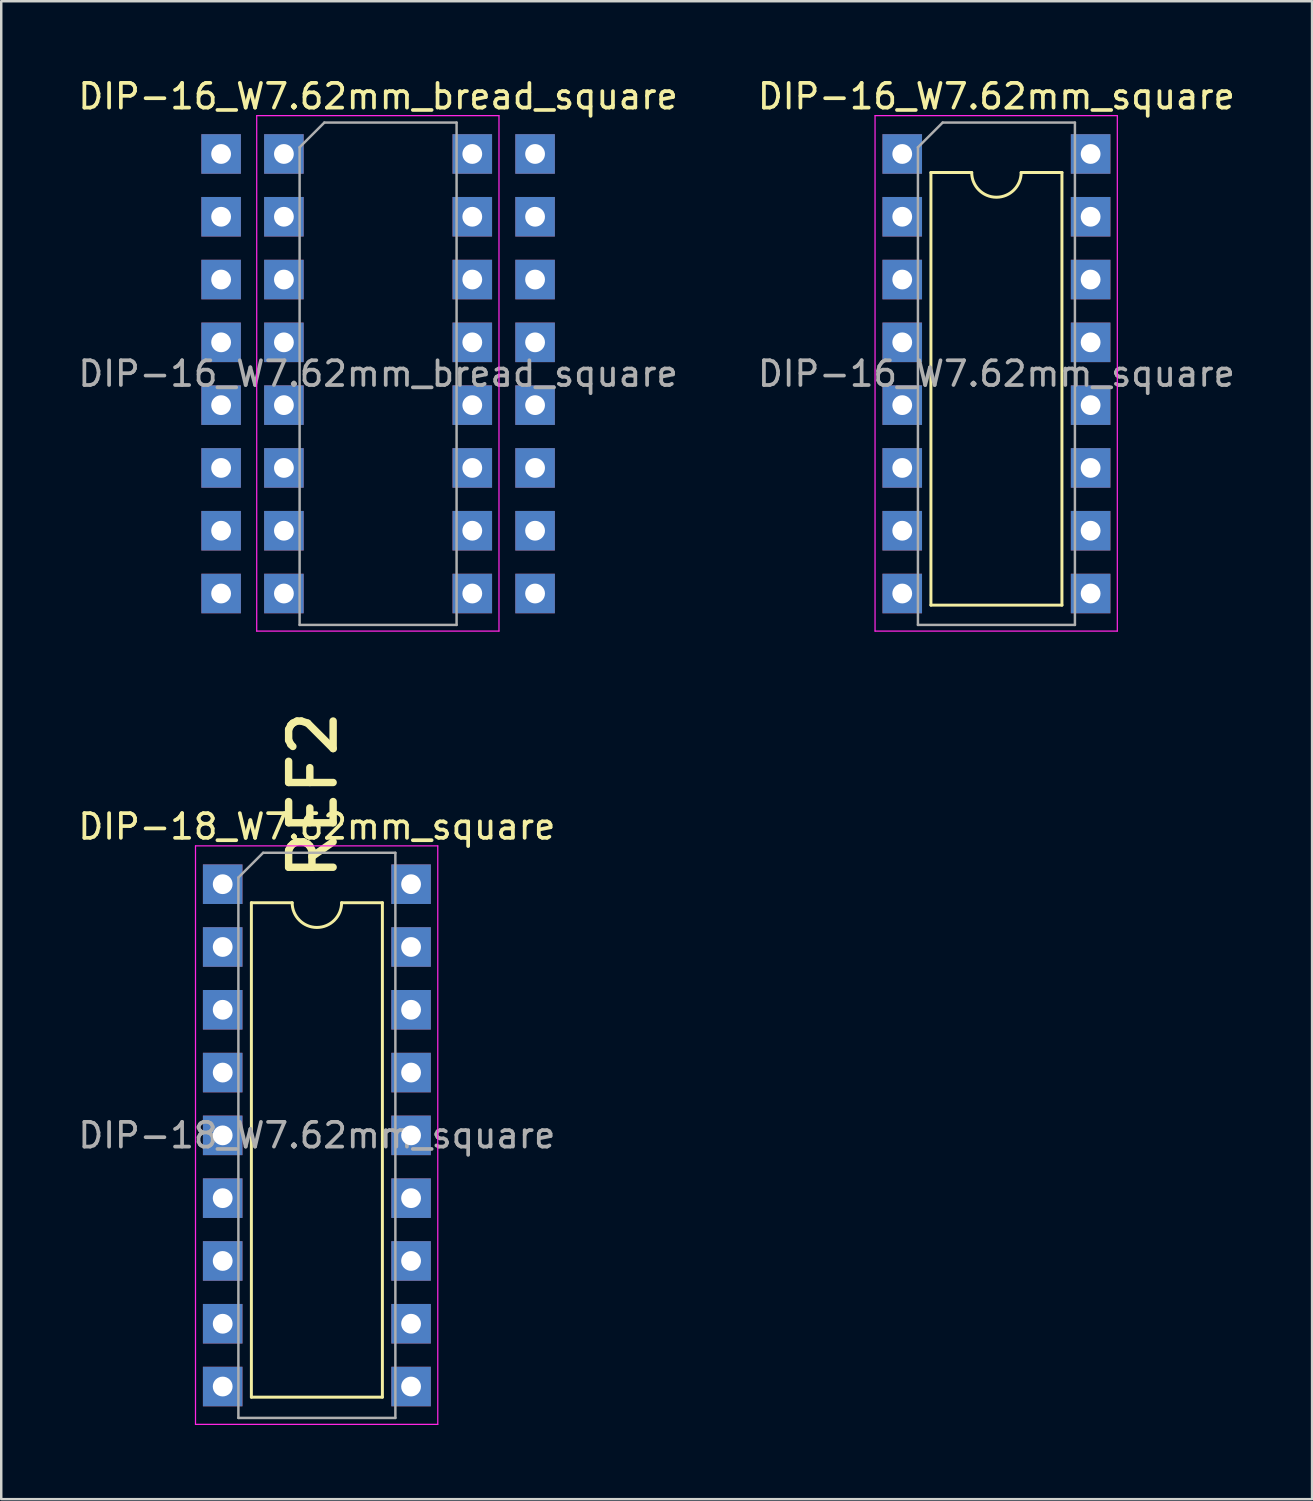
<source format=kicad_pcb>
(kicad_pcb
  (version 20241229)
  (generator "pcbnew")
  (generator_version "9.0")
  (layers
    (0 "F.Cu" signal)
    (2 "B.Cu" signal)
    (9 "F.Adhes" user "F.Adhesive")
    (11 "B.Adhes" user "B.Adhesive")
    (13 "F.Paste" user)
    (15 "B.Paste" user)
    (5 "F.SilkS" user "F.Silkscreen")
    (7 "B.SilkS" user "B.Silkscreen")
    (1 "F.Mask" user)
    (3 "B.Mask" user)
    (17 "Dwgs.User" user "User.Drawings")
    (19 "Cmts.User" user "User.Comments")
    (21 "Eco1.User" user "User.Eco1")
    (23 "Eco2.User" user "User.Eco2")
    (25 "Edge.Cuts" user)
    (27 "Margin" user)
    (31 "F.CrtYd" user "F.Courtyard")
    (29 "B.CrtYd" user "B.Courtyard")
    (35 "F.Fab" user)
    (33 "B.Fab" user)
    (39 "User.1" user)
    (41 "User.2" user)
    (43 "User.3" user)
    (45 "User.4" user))
  (footprint "DIP-16_W7.62mm_square"
    (layer "F.Cu")
    (at 33.446 3.178)
    (property "Reference" "DIP-16_W7.62mm_square" (at 3.81 -2.33 0) (layer "F.SilkS") (effects (font (size 1 1) (thickness 0.15))))
    (property "REF2" "" (at 0 0 0) (layer "F.SilkS") (effects (font (size 1.8 1.8) (thickness 0.3))))
    (attr through_hole)
    (fp_line (start 1.16 0.75) (end 1.16 18.25) (stroke (width 0.12) (type solid)) (layer "F.SilkS"))
    (fp_line (start 1.16 18.25) (end 6.46 18.25) (stroke (width 0.12) (type solid)) (layer "F.SilkS"))
    (fp_line (start 2.81 0.75) (end 1.16 0.75) (stroke (width 0.12) (type solid)) (layer "F.SilkS"))
    (fp_line (start 6.46 0.75) (end 4.81 0.75) (stroke (width 0.12) (type solid)) (layer "F.SilkS"))
    (fp_line (start 6.46 18.25) (end 6.46 0.75) (stroke (width 0.12) (type solid)) (layer "F.SilkS"))
    (fp_arc (start 4.81 0.75) (mid 3.81 1.75) (end 2.81 0.75) (stroke (width 0.12) (type solid)) (layer "F.SilkS"))
    (fp_line (start -1.1 -1.55) (end -1.1 19.3) (stroke (width 0.05) (type solid)) (layer "F.CrtYd"))
    (fp_line (start -1.1 19.3) (end 8.7 19.3) (stroke (width 0.05) (type solid)) (layer "F.CrtYd"))
    (fp_line (start 8.7 -1.55) (end -1.1 -1.55) (stroke (width 0.05) (type solid)) (layer "F.CrtYd"))
    (fp_line (start 8.7 19.3) (end 8.7 -1.55) (stroke (width 0.05) (type solid)) (layer "F.CrtYd"))
    (fp_line (start 0.635 -0.27) (end 1.635 -1.27) (stroke (width 0.1) (type solid)) (layer "F.Fab"))
    (fp_line (start 0.635 19.05) (end 0.635 -0.27) (stroke (width 0.1) (type solid)) (layer "F.Fab"))
    (fp_line (start 1.635 -1.27) (end 6.985 -1.27) (stroke (width 0.1) (type solid)) (layer "F.Fab"))
    (fp_line (start 6.985 -1.27) (end 6.985 19.05) (stroke (width 0.1) (type solid)) (layer "F.Fab"))
    (fp_line (start 6.985 19.05) (end 0.635 19.05) (stroke (width 0.1) (type solid)) (layer "F.Fab"))
    (fp_text user "${REFERENCE}" (at 3.81 8.89 0) (layer "F.Fab") (effects (font (size 1 1) (thickness 0.15))))
    (pad "1" thru_hole rect (at 0 0) (size 1.6 1.6) (drill 0.8) (layers "*.Cu" "*.Mask"))
    (pad "2" thru_hole rect (at 0 2.54) (size 1.6 1.6) (drill 0.8) (layers "*.Cu" "*.Mask"))
    (pad "3" thru_hole rect (at 0 5.08) (size 1.6 1.6) (drill 0.8) (layers "*.Cu" "*.Mask"))
    (pad "4" thru_hole rect (at 0 7.62) (size 1.6 1.6) (drill 0.8) (layers "*.Cu" "*.Mask"))
    (pad "5" thru_hole rect (at 0 10.16) (size 1.6 1.6) (drill 0.8) (layers "*.Cu" "*.Mask"))
    (pad "6" thru_hole rect (at 0 12.7) (size 1.6 1.6) (drill 0.8) (layers "*.Cu" "*.Mask"))
    (pad "7" thru_hole rect (at 0 15.24) (size 1.6 1.6) (drill 0.8) (layers "*.Cu" "*.Mask"))
    (pad "8" thru_hole rect (at 0 17.78) (size 1.6 1.6) (drill 0.8) (layers "*.Cu" "*.Mask"))
    (pad "9" thru_hole rect (at 7.62 17.78) (size 1.6 1.6) (drill 0.8) (layers "*.Cu" "*.Mask"))
    (pad "10" thru_hole rect (at 7.62 15.24) (size 1.6 1.6) (drill 0.8) (layers "*.Cu" "*.Mask"))
    (pad "11" thru_hole rect (at 7.62 12.7) (size 1.6 1.6) (drill 0.8) (layers "*.Cu" "*.Mask"))
    (pad "12" thru_hole rect (at 7.62 10.16) (size 1.6 1.6) (drill 0.8) (layers "*.Cu" "*.Mask"))
    (pad "13" thru_hole rect (at 7.62 7.62) (size 1.6 1.6) (drill 0.8) (layers "*.Cu" "*.Mask"))
    (pad "14" thru_hole rect (at 7.62 5.08) (size 1.6 1.6) (drill 0.8) (layers "*.Cu" "*.Mask"))
    (pad "15" thru_hole rect (at 7.62 2.54) (size 1.6 1.6) (drill 0.8) (layers "*.Cu" "*.Mask"))
    (pad "16" thru_hole rect (at 7.62 0) (size 1.6 1.6) (drill 0.8) (layers "*.Cu" "*.Mask")))
  (footprint "DIP-18_W7.62mm_square"
    (layer "F.Cu")
    (at 5.958 32.716)
    (property "Reference" "DIP-18_W7.62mm_square" (at 3.81 -2.33 0) (layer "F.SilkS") (effects (font (size 1 1) (thickness 0.15))))
    (property "REF2" "REF2" (at 3.65 -3.6 90) (layer "F.SilkS") (effects (font (size 1.8 1.8) (thickness 0.3))))
    (attr through_hole)
    (fp_line (start 1.16 0.75) (end 1.16 20.75) (stroke (width 0.12) (type solid)) (layer "F.SilkS"))
    (fp_line (start 1.16 20.75) (end 6.46 20.75) (stroke (width 0.12) (type solid)) (layer "F.SilkS"))
    (fp_line (start 2.81 0.75) (end 1.16 0.75) (stroke (width 0.12) (type solid)) (layer "F.SilkS"))
    (fp_line (start 6.46 0.75) (end 4.81 0.75) (stroke (width 0.12) (type solid)) (layer "F.SilkS"))
    (fp_line (start 6.46 20.75) (end 6.46 0.75) (stroke (width 0.12) (type solid)) (layer "F.SilkS"))
    (fp_arc (start 4.81 0.75) (mid 3.81 1.75) (end 2.81 0.75) (stroke (width 0.12) (type solid)) (layer "F.SilkS"))
    (fp_line (start -1.1 -1.55) (end -1.1 21.85) (stroke (width 0.05) (type solid)) (layer "F.CrtYd"))
    (fp_line (start -1.1 21.85) (end 8.7 21.85) (stroke (width 0.05) (type solid)) (layer "F.CrtYd"))
    (fp_line (start 8.7 -1.55) (end -1.1 -1.55) (stroke (width 0.05) (type solid)) (layer "F.CrtYd"))
    (fp_line (start 8.7 21.85) (end 8.7 -1.55) (stroke (width 0.05) (type solid)) (layer "F.CrtYd"))
    (fp_line (start 0.635 -0.27) (end 1.635 -1.27) (stroke (width 0.1) (type solid)) (layer "F.Fab"))
    (fp_line (start 0.635 21.59) (end 0.635 -0.27) (stroke (width 0.1) (type solid)) (layer "F.Fab"))
    (fp_line (start 1.635 -1.27) (end 6.985 -1.27) (stroke (width 0.1) (type solid)) (layer "F.Fab"))
    (fp_line (start 6.985 -1.27) (end 6.985 21.59) (stroke (width 0.1) (type solid)) (layer "F.Fab"))
    (fp_line (start 6.985 21.59) (end 0.635 21.59) (stroke (width 0.1) (type solid)) (layer "F.Fab"))
    (fp_text user "${REFERENCE}" (at 3.81 10.16 0) (layer "F.Fab") (effects (font (size 1 1) (thickness 0.15))))
    (pad "1" thru_hole rect (at 0 0) (size 1.6 1.6) (drill 0.8) (layers "*.Cu" "*.Mask"))
    (pad "2" thru_hole rect (at 0 2.54) (size 1.6 1.6) (drill 0.8) (layers "*.Cu" "*.Mask"))
    (pad "3" thru_hole rect (at 0 5.08) (size 1.6 1.6) (drill 0.8) (layers "*.Cu" "*.Mask"))
    (pad "4" thru_hole rect (at 0 7.62) (size 1.6 1.6) (drill 0.8) (layers "*.Cu" "*.Mask"))
    (pad "5" thru_hole rect (at 0 10.16) (size 1.6 1.6) (drill 0.8) (layers "*.Cu" "*.Mask"))
    (pad "6" thru_hole rect (at 0 12.7) (size 1.6 1.6) (drill 0.8) (layers "*.Cu" "*.Mask"))
    (pad "7" thru_hole rect (at 0 15.24) (size 1.6 1.6) (drill 0.8) (layers "*.Cu" "*.Mask"))
    (pad "8" thru_hole rect (at 0 17.78) (size 1.6 1.6) (drill 0.8) (layers "*.Cu" "*.Mask"))
    (pad "9" thru_hole rect (at 0 20.32) (size 1.6 1.6) (drill 0.8) (layers "*.Cu" "*.Mask"))
    (pad "10" thru_hole rect (at 7.62 20.32) (size 1.6 1.6) (drill 0.8) (layers "*.Cu" "*.Mask"))
    (pad "11" thru_hole rect (at 7.62 17.78) (size 1.6 1.6) (drill 0.8) (layers "*.Cu" "*.Mask"))
    (pad "12" thru_hole rect (at 7.62 15.24) (size 1.6 1.6) (drill 0.8) (layers "*.Cu" "*.Mask"))
    (pad "13" thru_hole rect (at 7.62 12.7) (size 1.6 1.6) (drill 0.8) (layers "*.Cu" "*.Mask"))
    (pad "14" thru_hole rect (at 7.62 10.16) (size 1.6 1.6) (drill 0.8) (layers "*.Cu" "*.Mask"))
    (pad "15" thru_hole rect (at 7.62 7.62) (size 1.6 1.6) (drill 0.8) (layers "*.Cu" "*.Mask"))
    (pad "16" thru_hole rect (at 7.62 5.08) (size 1.6 1.6) (drill 0.8) (layers "*.Cu" "*.Mask"))
    (pad "17" thru_hole rect (at 7.62 2.54) (size 1.6 1.6) (drill 0.8) (layers "*.Cu" "*.Mask"))
    (pad "18" thru_hole rect (at 7.62 0) (size 1.6 1.6) (drill 0.8) (layers "*.Cu" "*.Mask")))
  (footprint "DIP-16_W7.62mm_bread_square"
    (layer "F.Cu")
    (at 8.434 3.178)
    (property "Reference" "DIP-16_W7.62mm_bread_square" (at 3.81 -2.33 0) (layer "F.SilkS") (effects (font (size 1 1) (thickness 0.15))))
    (property "REF2" "" (at -2.54 0 0) (layer "F.SilkS") (effects (font (size 1.8 1.8) (thickness 0.3))))
    (attr through_hole)
    (fp_line (start -1.1 -1.55) (end -1.1 19.3) (stroke (width 0.05) (type solid)) (layer "F.CrtYd"))
    (fp_line (start -1.1 19.3) (end 8.7 19.3) (stroke (width 0.05) (type solid)) (layer "F.CrtYd"))
    (fp_line (start 8.7 -1.55) (end -1.1 -1.55) (stroke (width 0.05) (type solid)) (layer "F.CrtYd"))
    (fp_line (start 8.7 19.3) (end 8.7 -1.55) (stroke (width 0.05) (type solid)) (layer "F.CrtYd"))
    (fp_line (start 0.635 -0.27) (end 1.635 -1.27) (stroke (width 0.1) (type solid)) (layer "F.Fab"))
    (fp_line (start 0.635 19.05) (end 0.635 -0.27) (stroke (width 0.1) (type solid)) (layer "F.Fab"))
    (fp_line (start 1.635 -1.27) (end 6.985 -1.27) (stroke (width 0.1) (type solid)) (layer "F.Fab"))
    (fp_line (start 6.985 -1.27) (end 6.985 19.05) (stroke (width 0.1) (type solid)) (layer "F.Fab"))
    (fp_line (start 6.985 19.05) (end 0.635 19.05) (stroke (width 0.1) (type solid)) (layer "F.Fab"))
    (fp_text user "${REFERENCE}" (at 3.81 8.89 0) (layer "F.Fab") (effects (font (size 1 1) (thickness 0.15))))
    (pad "1" thru_hole rect (at 0 0) (size 1.6 1.6) (drill 0.8) (layers "*.Cu" "*.Mask"))
    (pad "2" thru_hole rect (at 0 2.54) (size 1.6 1.6) (drill 0.8) (layers "*.Cu" "*.Mask"))
    (pad "3" thru_hole rect (at 0 5.08) (size 1.6 1.6) (drill 0.8) (layers "*.Cu" "*.Mask"))
    (pad "4" thru_hole rect (at 0 7.62) (size 1.6 1.6) (drill 0.8) (layers "*.Cu" "*.Mask"))
    (pad "5" thru_hole rect (at 0 10.16) (size 1.6 1.6) (drill 0.8) (layers "*.Cu" "*.Mask"))
    (pad "6" thru_hole rect (at 0 12.7) (size 1.6 1.6) (drill 0.8) (layers "*.Cu" "*.Mask"))
    (pad "7" thru_hole rect (at 0 15.24) (size 1.6 1.6) (drill 0.8) (layers "*.Cu" "*.Mask"))
    (pad "8" thru_hole rect (at 0 17.78) (size 1.6 1.6) (drill 0.8) (layers "*.Cu" "*.Mask"))
    (pad "9" thru_hole rect (at 7.62 17.78) (size 1.6 1.6) (drill 0.8) (layers "*.Cu" "*.Mask"))
    (pad "10" thru_hole rect (at 7.62 15.24) (size 1.6 1.6) (drill 0.8) (layers "*.Cu" "*.Mask"))
    (pad "11" thru_hole rect (at 7.62 12.7) (size 1.6 1.6) (drill 0.8) (layers "*.Cu" "*.Mask"))
    (pad "12" thru_hole rect (at 7.62 10.16) (size 1.6 1.6) (drill 0.8) (layers "*.Cu" "*.Mask"))
    (pad "13" thru_hole rect (at 7.62 7.62) (size 1.6 1.6) (drill 0.8) (layers "*.Cu" "*.Mask"))
    (pad "14" thru_hole rect (at 7.62 5.08) (size 1.6 1.6) (drill 0.8) (layers "*.Cu" "*.Mask"))
    (pad "15" thru_hole rect (at 7.62 2.54) (size 1.6 1.6) (drill 0.8) (layers "*.Cu" "*.Mask"))
    (pad "16" thru_hole rect (at 7.62 0) (size 1.6 1.6) (drill 0.8) (layers "*.Cu" "*.Mask"))
    (pad "17" thru_hole rect (at -2.54 0) (size 1.6 1.6) (drill 0.8) (layers "*.Cu" "*.Mask"))
    (pad "18" thru_hole rect (at -2.54 2.54) (size 1.6 1.6) (drill 0.8) (layers "*.Cu" "*.Mask"))
    (pad "19" thru_hole rect (at -2.54 5.08) (size 1.6 1.6) (drill 0.8) (layers "*.Cu" "*.Mask"))
    (pad "20" thru_hole rect (at -2.54 7.62) (size 1.6 1.6) (drill 0.8) (layers "*.Cu" "*.Mask"))
    (pad "21" thru_hole rect (at -2.54 10.16) (size 1.6 1.6) (drill 0.8) (layers "*.Cu" "*.Mask"))
    (pad "22" thru_hole rect (at -2.54 12.7) (size 1.6 1.6) (drill 0.8) (layers "*.Cu" "*.Mask"))
    (pad "23" thru_hole rect (at -2.54 15.24) (size 1.6 1.6) (drill 0.8) (layers "*.Cu" "*.Mask"))
    (pad "24" thru_hole rect (at -2.54 17.78) (size 1.6 1.6) (drill 0.8) (layers "*.Cu" "*.Mask"))
    (pad "25" thru_hole rect (at 10.16 17.78) (size 1.6 1.6) (drill 0.8) (layers "*.Cu" "*.Mask"))
    (pad "26" thru_hole rect (at 10.16 15.24) (size 1.6 1.6) (drill 0.8) (layers "*.Cu" "*.Mask"))
    (pad "27" thru_hole rect (at 10.16 12.7) (size 1.6 1.6) (drill 0.8) (layers "*.Cu" "*.Mask"))
    (pad "28" thru_hole rect (at 10.16 10.16) (size 1.6 1.6) (drill 0.8) (layers "*.Cu" "*.Mask"))
    (pad "29" thru_hole rect (at 10.16 7.62) (size 1.6 1.6) (drill 0.8) (layers "*.Cu" "*.Mask"))
    (pad "30" thru_hole rect (at 10.16 5.08) (size 1.6 1.6) (drill 0.8) (layers "*.Cu" "*.Mask"))
    (pad "31" thru_hole rect (at 10.16 2.54) (size 1.6 1.6) (drill 0.8) (layers "*.Cu" "*.Mask"))
    (pad "32" thru_hole rect (at 10.16 0) (size 1.6 1.6) (drill 0.8) (layers "*.Cu" "*.Mask")))
  (gr_rect
    (start -3 -3)
    (end 50.024 57.591)
    (stroke (width 0.1) (type default))
    (fill no)
    (layer "Edge.Cuts")))
</source>
